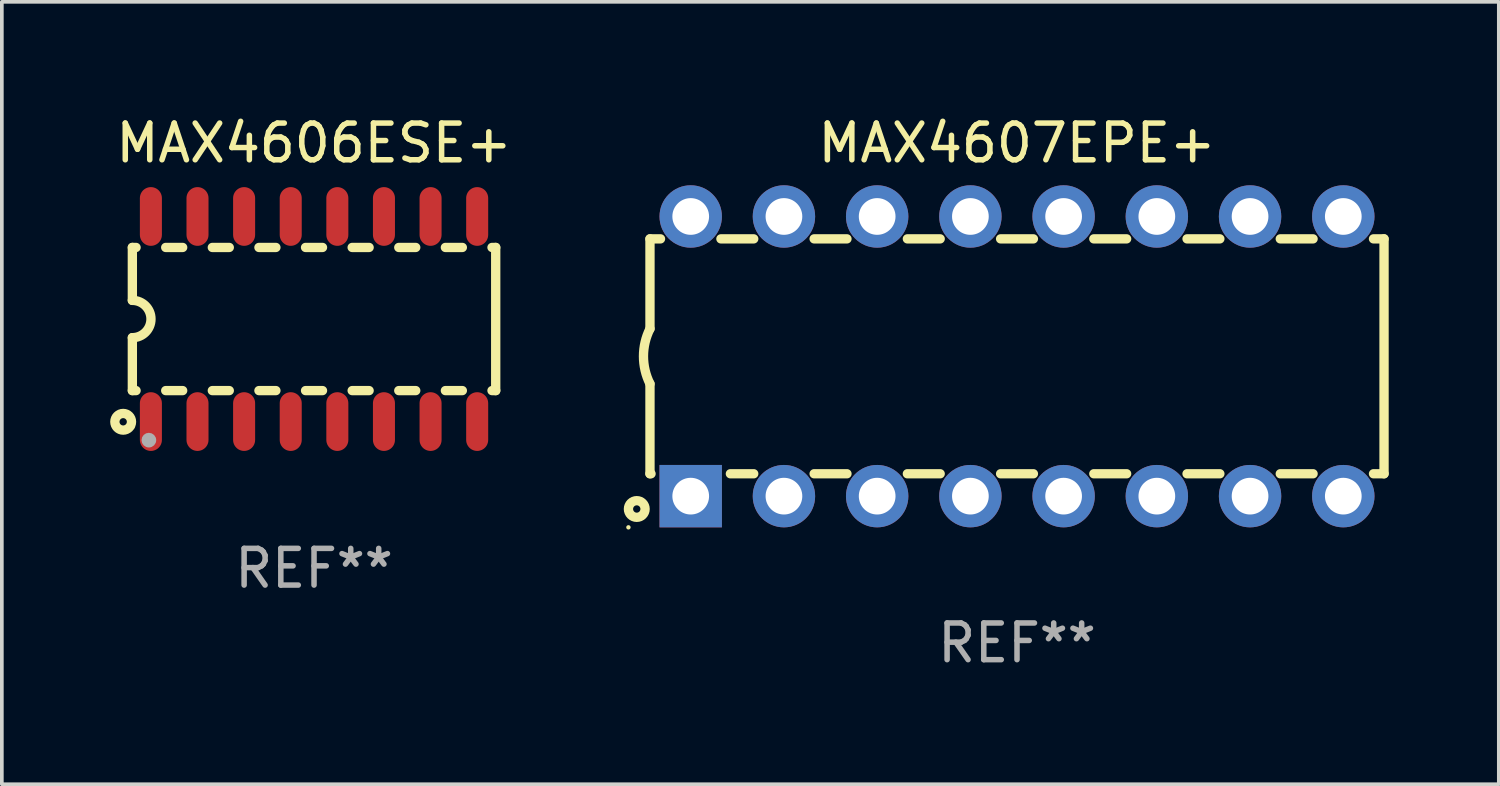
<source format=kicad_pcb>
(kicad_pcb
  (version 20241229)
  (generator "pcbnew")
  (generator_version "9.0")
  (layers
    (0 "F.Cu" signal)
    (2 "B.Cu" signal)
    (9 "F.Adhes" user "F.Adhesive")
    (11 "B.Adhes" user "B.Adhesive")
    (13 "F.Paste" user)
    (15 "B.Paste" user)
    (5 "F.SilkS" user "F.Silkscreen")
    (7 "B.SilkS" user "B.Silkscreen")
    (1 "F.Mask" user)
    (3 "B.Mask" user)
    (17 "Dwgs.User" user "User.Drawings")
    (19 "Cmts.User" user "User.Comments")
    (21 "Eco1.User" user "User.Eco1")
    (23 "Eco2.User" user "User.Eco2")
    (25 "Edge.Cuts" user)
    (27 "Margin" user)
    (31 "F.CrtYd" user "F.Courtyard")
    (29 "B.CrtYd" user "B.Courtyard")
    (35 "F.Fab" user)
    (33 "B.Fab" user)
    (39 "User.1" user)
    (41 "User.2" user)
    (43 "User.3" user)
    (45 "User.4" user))
  (footprint "MAX4606ESE+"
    (layer "F.Cu")
    (at 5.506 5.642)
    (property "Reference" "MAX4606ESE+" (at 0 -4.794 0) (layer "F.SilkS") (effects (font (size 1 1) (thickness 0.15))))
    (attr through_hole)
    (fp_line (start -4.95 -1.95) (end -4.95 -0.508) (stroke (width 0.254) (type solid)) (layer "F.SilkS"))
    (fp_line (start -4.95 -1.95) (end -4.849 -1.95) (stroke (width 0.254) (type solid)) (layer "F.SilkS"))
    (fp_line (start -4.95 1.95) (end -4.95 0.508) (stroke (width 0.254) (type solid)) (layer "F.SilkS"))
    (fp_line (start -4.95 1.95) (end -4.849 1.95) (stroke (width 0.254) (type solid)) (layer "F.SilkS"))
    (fp_line (start -4.041 -1.95) (end -3.579 -1.95) (stroke (width 0.254) (type solid)) (layer "F.SilkS"))
    (fp_line (start -4.041 1.95) (end -3.579 1.95) (stroke (width 0.254) (type solid)) (layer "F.SilkS"))
    (fp_line (start -2.771 -1.95) (end -2.309 -1.95) (stroke (width 0.254) (type solid)) (layer "F.SilkS"))
    (fp_line (start -2.771 1.95) (end -2.309 1.95) (stroke (width 0.254) (type solid)) (layer "F.SilkS"))
    (fp_line (start -1.501 -1.95) (end -1.039 -1.95) (stroke (width 0.254) (type solid)) (layer "F.SilkS"))
    (fp_line (start -1.501 1.95) (end -1.039 1.95) (stroke (width 0.254) (type solid)) (layer "F.SilkS"))
    (fp_line (start -0.231 -1.95) (end 0.231 -1.95) (stroke (width 0.254) (type solid)) (layer "F.SilkS"))
    (fp_line (start -0.231 1.95) (end 0.231 1.95) (stroke (width 0.254) (type solid)) (layer "F.SilkS"))
    (fp_line (start 1.039 -1.95) (end 1.501 -1.95) (stroke (width 0.254) (type solid)) (layer "F.SilkS"))
    (fp_line (start 1.039 1.95) (end 1.501 1.95) (stroke (width 0.254) (type solid)) (layer "F.SilkS"))
    (fp_line (start 2.309 -1.95) (end 2.771 -1.95) (stroke (width 0.254) (type solid)) (layer "F.SilkS"))
    (fp_line (start 2.309 1.95) (end 2.771 1.95) (stroke (width 0.254) (type solid)) (layer "F.SilkS"))
    (fp_line (start 3.579 -1.95) (end 4.041 -1.95) (stroke (width 0.254) (type solid)) (layer "F.SilkS"))
    (fp_line (start 3.579 1.95) (end 4.041 1.95) (stroke (width 0.254) (type solid)) (layer "F.SilkS"))
    (fp_line (start 4.849 -1.95) (end 4.95 -1.95) (stroke (width 0.254) (type solid)) (layer "F.SilkS"))
    (fp_line (start 4.849 1.95) (end 4.95 1.95) (stroke (width 0.254) (type solid)) (layer "F.SilkS"))
    (fp_line (start 4.95 -1.95) (end 4.95 1.95) (stroke (width 0.254) (type solid)) (layer "F.SilkS"))
    (fp_arc (start -4.95047 -0.508001) (mid -4.442469 -0.000228) (end -4.950013 0.508001) (stroke (width 0.254001) (type solid)) (layer "F.SilkS"))
    (fp_circle (center -5.2 2.8) (end -5.1 2.8) (stroke (width 0.254) (type solid)) (fill no) (layer "F.SilkS"))
    (fp_circle (center -4.95 2.947) (end -4.92 2.947) (stroke (width 0.06) (type solid)) (fill no) (layer "F.SilkS"))
    (fp_circle (center -4.5 3.3) (end -4.4 3.3) (stroke (width 0.2) (type solid)) (fill no) (layer "F.Fab"))
    (fp_text user "REF**" (at 0 6.794 0) (layer "F.Fab") (effects (font (size 1 1) (thickness 0.15))))
    (pad "1" smd oval (at -4.445 2.794) (size 0.6 1.6) (layers "F.Cu" "F.Mask" "F.Paste"))
    (pad "2" smd oval (at -3.175 2.794) (size 0.6 1.6) (layers "F.Cu" "F.Mask" "F.Paste"))
    (pad "3" smd oval (at -1.905 2.794) (size 0.6 1.6) (layers "F.Cu" "F.Mask" "F.Paste"))
    (pad "4" smd oval (at -0.635 2.794) (size 0.6 1.6) (layers "F.Cu" "F.Mask" "F.Paste"))
    (pad "5" smd oval (at 0.635 2.794) (size 0.6 1.6) (layers "F.Cu" "F.Mask" "F.Paste"))
    (pad "6" smd oval (at 1.905 2.794) (size 0.6 1.6) (layers "F.Cu" "F.Mask" "F.Paste"))
    (pad "7" smd oval (at 3.175 2.794) (size 0.6 1.6) (layers "F.Cu" "F.Mask" "F.Paste"))
    (pad "8" smd oval (at 4.445 2.794) (size 0.6 1.6) (layers "F.Cu" "F.Mask" "F.Paste"))
    (pad "9" smd oval (at 4.445 -2.794) (size 0.6 1.6) (layers "F.Cu" "F.Mask" "F.Paste"))
    (pad "10" smd oval (at 3.175 -2.794) (size 0.6 1.6) (layers "F.Cu" "F.Mask" "F.Paste"))
    (pad "11" smd oval (at 1.905 -2.794) (size 0.6 1.6) (layers "F.Cu" "F.Mask" "F.Paste"))
    (pad "12" smd oval (at 0.635 -2.794) (size 0.6 1.6) (layers "F.Cu" "F.Mask" "F.Paste"))
    (pad "13" smd oval (at -0.635 -2.794) (size 0.6 1.6) (layers "F.Cu" "F.Mask" "F.Paste"))
    (pad "14" smd oval (at -1.905 -2.794) (size 0.6 1.6) (layers "F.Cu" "F.Mask" "F.Paste"))
    (pad "15" smd oval (at -3.175 -2.794) (size 0.6 1.6) (layers "F.Cu" "F.Mask" "F.Paste"))
    (pad "16" smd oval (at -4.445 -2.794) (size 0.6 1.6) (layers "F.Cu" "F.Mask" "F.Paste")))
  (footprint "MAX4607EPE+"
    (layer "F.Cu")
    (at 24.659 6.658)
    (property "Reference" "MAX4607EPE+" (at 0 -5.81 0) (layer "F.SilkS") (effects (font (size 1 1) (thickness 0.15))))
    (attr through_hole)
    (fp_line (start -10 -3.2) (end -10 -0.75) (stroke (width 0.254) (type solid)) (layer "F.SilkS"))
    (fp_line (start -10 -3.2) (end -9.713 -3.2) (stroke (width 0.254) (type solid)) (layer "F.SilkS"))
    (fp_line (start -10 3.2) (end -10 0.75) (stroke (width 0.254) (type solid)) (layer "F.SilkS"))
    (fp_line (start -10 3.2) (end -9.971 3.2) (stroke (width 0.254) (type solid)) (layer "F.SilkS"))
    (fp_line (start -8.067 -3.2) (end -7.173 -3.2) (stroke (width 0.254) (type solid)) (layer "F.SilkS"))
    (fp_line (start -7.809 3.2) (end -7.173 3.2) (stroke (width 0.254) (type solid)) (layer "F.SilkS"))
    (fp_line (start -5.527 3.2) (end -4.633 3.2) (stroke (width 0.254) (type solid)) (layer "F.SilkS"))
    (fp_line (start -5.527 -3.2) (end -4.633 -3.2) (stroke (width 0.254) (type solid)) (layer "F.SilkS"))
    (fp_line (start -2.987 3.2) (end -2.093 3.2) (stroke (width 0.254) (type solid)) (layer "F.SilkS"))
    (fp_line (start -2.987 -3.2) (end -2.093 -3.2) (stroke (width 0.254) (type solid)) (layer "F.SilkS"))
    (fp_line (start -0.447 3.2) (end 0.447 3.2) (stroke (width 0.254) (type solid)) (layer "F.SilkS"))
    (fp_line (start -0.447 -3.2) (end 0.447 -3.2) (stroke (width 0.254) (type solid)) (layer "F.SilkS"))
    (fp_line (start 2.093 3.2) (end 2.987 3.2) (stroke (width 0.254) (type solid)) (layer "F.SilkS"))
    (fp_line (start 2.093 -3.2) (end 2.987 -3.2) (stroke (width 0.254) (type solid)) (layer "F.SilkS"))
    (fp_line (start 4.633 3.2) (end 5.527 3.2) (stroke (width 0.254) (type solid)) (layer "F.SilkS"))
    (fp_line (start 4.633 -3.2) (end 5.527 -3.2) (stroke (width 0.254) (type solid)) (layer "F.SilkS"))
    (fp_line (start 7.173 3.2) (end 8.067 3.2) (stroke (width 0.254) (type solid)) (layer "F.SilkS"))
    (fp_line (start 7.173 -3.2) (end 8.067 -3.2) (stroke (width 0.254) (type solid)) (layer "F.SilkS"))
    (fp_line (start 9.713 3.2) (end 10 3.2) (stroke (width 0.254) (type solid)) (layer "F.SilkS"))
    (fp_line (start 9.713 -3.2) (end 10 -3.2) (stroke (width 0.254) (type solid)) (layer "F.SilkS"))
    (fp_line (start 10 -3.2) (end 10 3.2) (stroke (width 0.254) (type solid)) (layer "F.SilkS"))
    (fp_arc (start -10 0.748793) (mid -10.176918 -0.000607) (end -10.000025 -0.750013) (stroke (width 0.254001) (type solid)) (layer "F.SilkS"))
    (fp_circle (center -10.587 4.66) (end -10.557 4.66) (stroke (width 0.06) (type solid)) (fill no) (layer "F.SilkS"))
    (fp_circle (center -10.36 4.16) (end -10.26 4.16) (stroke (width 0.254) (type solid)) (fill no) (layer "F.SilkS"))
    (fp_text user "REF**" (at 0 7.81 0) (layer "F.Fab") (effects (font (size 1 1) (thickness 0.15))))
    (pad "1" thru_hole rect (at -8.89 3.81 90) (size 1.7 1.7) (drill 1) (layers "*.Cu" "*.Mask"))
    (pad "2" thru_hole circle (at -6.35 3.81) (size 1.7 1.7) (drill 1) (layers "*.Cu" "*.Mask"))
    (pad "3" thru_hole circle (at -3.81 3.81) (size 1.7 1.7) (drill 1) (layers "*.Cu" "*.Mask"))
    (pad "4" thru_hole circle (at -1.27 3.81) (size 1.7 1.7) (drill 1) (layers "*.Cu" "*.Mask"))
    (pad "5" thru_hole circle (at 1.27 3.81) (size 1.7 1.7) (drill 1) (layers "*.Cu" "*.Mask"))
    (pad "6" thru_hole circle (at 3.81 3.81) (size 1.7 1.7) (drill 1) (layers "*.Cu" "*.Mask"))
    (pad "7" thru_hole circle (at 6.35 3.81) (size 1.7 1.7) (drill 1) (layers "*.Cu" "*.Mask"))
    (pad "8" thru_hole circle (at 8.89 3.81) (size 1.7 1.7) (drill 1) (layers "*.Cu" "*.Mask"))
    (pad "9" thru_hole circle (at 8.89 -3.81) (size 1.7 1.7) (drill 1) (layers "*.Cu" "*.Mask"))
    (pad "10" thru_hole circle (at 6.35 -3.81) (size 1.7 1.7) (drill 1) (layers "*.Cu" "*.Mask"))
    (pad "11" thru_hole circle (at 3.81 -3.81) (size 1.7 1.7) (drill 1) (layers "*.Cu" "*.Mask"))
    (pad "12" thru_hole circle (at 1.27 -3.81) (size 1.7 1.7) (drill 1) (layers "*.Cu" "*.Mask"))
    (pad "13" thru_hole circle (at -1.27 -3.81) (size 1.7 1.7) (drill 1) (layers "*.Cu" "*.Mask"))
    (pad "14" thru_hole circle (at -3.81 -3.81) (size 1.7 1.7) (drill 1) (layers "*.Cu" "*.Mask"))
    (pad "15" thru_hole circle (at -6.35 -3.81) (size 1.7 1.7) (drill 1) (layers "*.Cu" "*.Mask"))
    (pad "16" thru_hole circle (at -8.89 -3.81) (size 1.7 1.7) (drill 1) (layers "*.Cu" "*.Mask")))
  (gr_rect
    (start -3 -3)
    (end 37.786 18.317)
    (stroke (width 0.1) (type default))
    (fill no)
    (layer "Edge.Cuts")))
</source>
